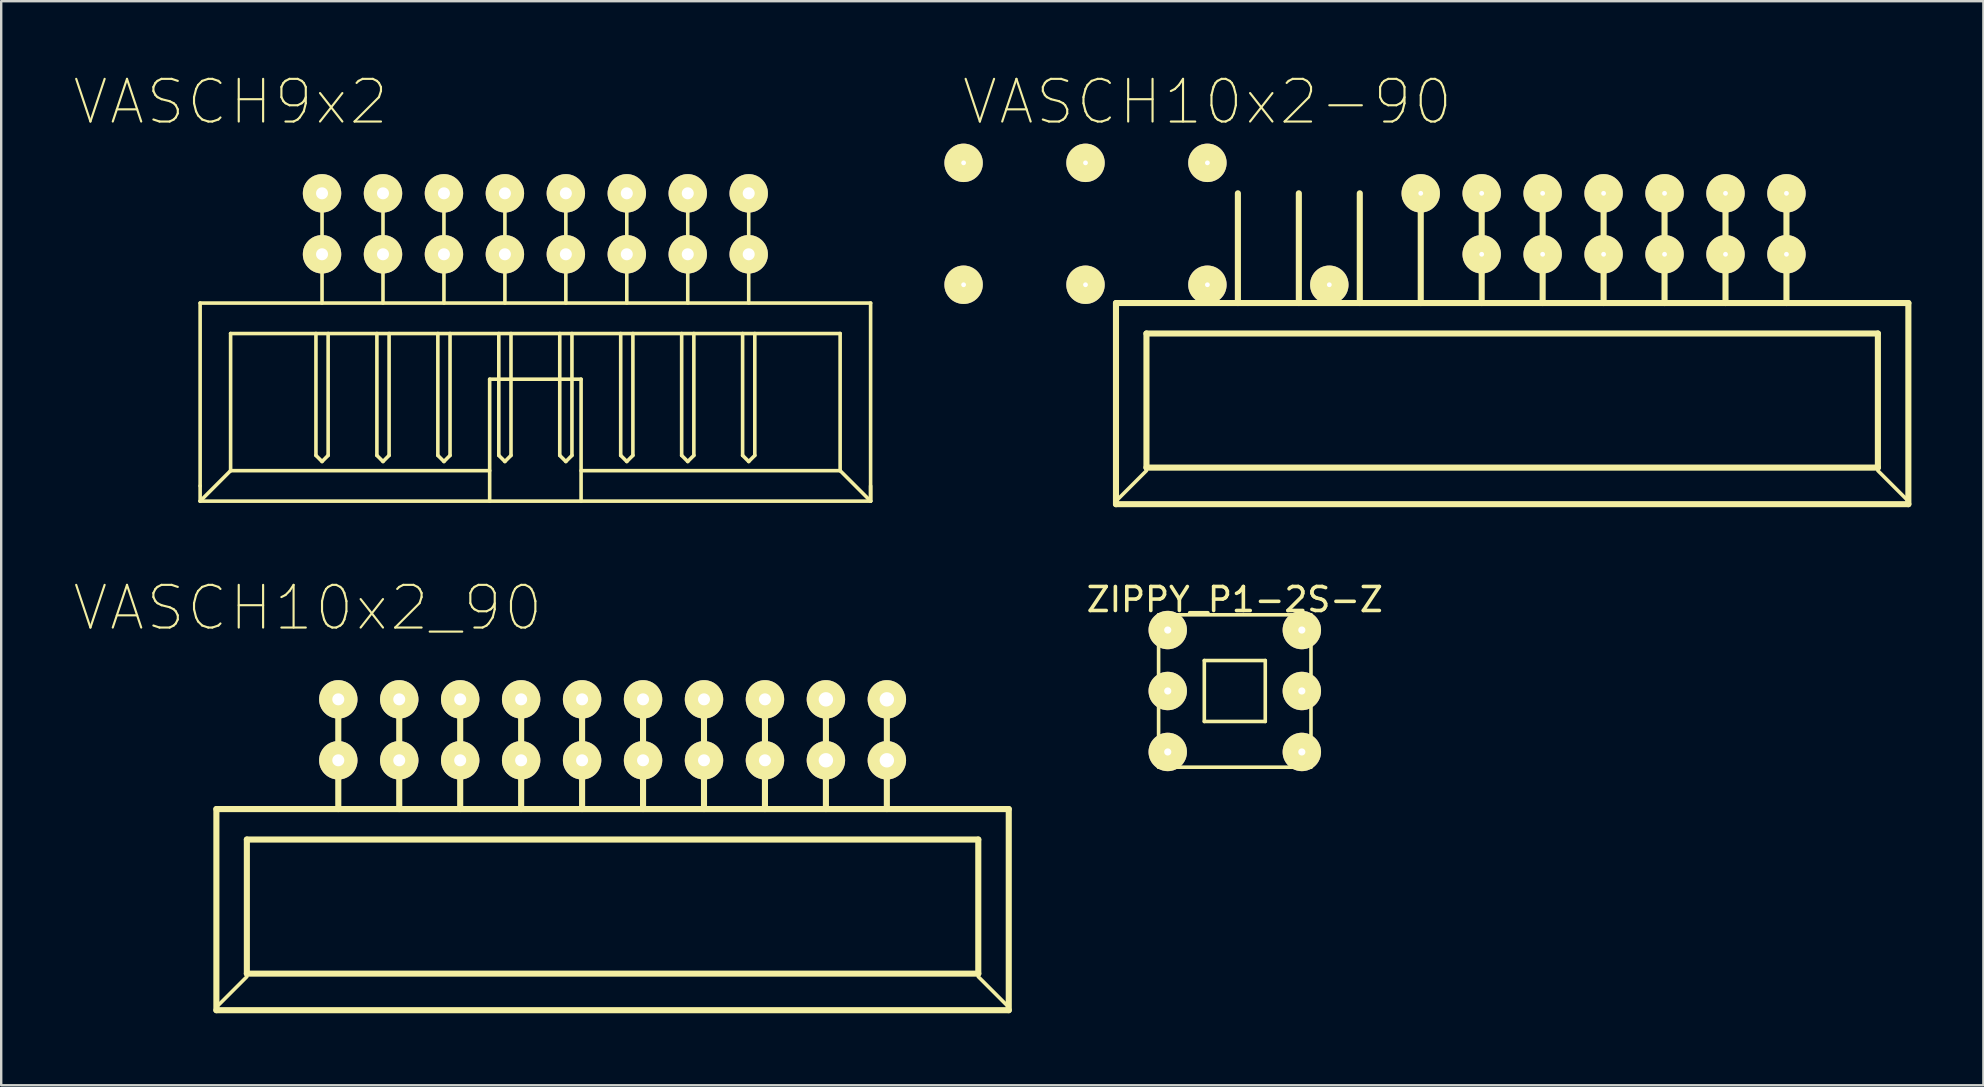
<source format=kicad_pcb>
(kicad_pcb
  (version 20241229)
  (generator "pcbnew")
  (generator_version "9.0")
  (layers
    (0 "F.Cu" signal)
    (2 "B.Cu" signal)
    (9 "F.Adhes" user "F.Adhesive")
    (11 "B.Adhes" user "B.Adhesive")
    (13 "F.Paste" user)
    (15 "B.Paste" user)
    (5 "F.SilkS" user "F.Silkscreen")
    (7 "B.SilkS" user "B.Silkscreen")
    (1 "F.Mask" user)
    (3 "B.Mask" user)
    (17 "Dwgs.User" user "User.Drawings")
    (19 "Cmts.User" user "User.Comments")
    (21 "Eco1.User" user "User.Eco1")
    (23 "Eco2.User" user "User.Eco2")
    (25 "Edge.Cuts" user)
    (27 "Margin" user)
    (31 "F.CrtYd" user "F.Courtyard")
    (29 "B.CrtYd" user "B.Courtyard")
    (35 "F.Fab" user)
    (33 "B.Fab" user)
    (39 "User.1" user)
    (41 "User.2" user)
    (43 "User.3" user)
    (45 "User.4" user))
  (footprint "VASCH10x2_90"
    (layer "F.Cu")
    (at 22.477 27.363)
    (property "Reference" "VASCH10x2_90" (at -12.7 -5.08 0) (layer "F.SilkS") (effects (font (size 1.778 1.778) (thickness 0.089))))
    (attr exclude_from_pos_files exclude_from_bom)
    (fp_line (start -16.51 3.302) (end 16.51 3.302) (stroke (width 0.254) (type solid)) (layer "F.SilkS"))
    (fp_line (start -16.51 11.684) (end -16.51 3.302) (stroke (width 0.254) (type solid)) (layer "F.SilkS"))
    (fp_line (start -15.24 4.572) (end -15.24 10.16) (stroke (width 0.254) (type solid)) (layer "F.SilkS"))
    (fp_line (start -15.24 4.572) (end 15.24 4.572) (stroke (width 0.254) (type solid)) (layer "F.SilkS"))
    (fp_line (start -15.24 10.16) (end 15.24 10.16) (stroke (width 0.254) (type solid)) (layer "F.SilkS"))
    (fp_line (start -15.24 10.287) (end -16.51 11.557) (stroke (width 0.15) (type solid)) (layer "F.SilkS"))
    (fp_line (start -11.43 -1.27) (end -11.43 3.302) (stroke (width 0.254) (type solid)) (layer "F.SilkS"))
    (fp_line (start -8.89 -1.27) (end -8.89 3.302) (stroke (width 0.254) (type solid)) (layer "F.SilkS"))
    (fp_line (start -6.35 -1.27) (end -6.35 3.302) (stroke (width 0.254) (type solid)) (layer "F.SilkS"))
    (fp_line (start -3.81 -1.27) (end -3.81 3.302) (stroke (width 0.254) (type solid)) (layer "F.SilkS"))
    (fp_line (start -1.27 -1.27) (end -1.27 3.302) (stroke (width 0.254) (type solid)) (layer "F.SilkS"))
    (fp_line (start 1.27 -1.27) (end 1.27 3.302) (stroke (width 0.254) (type solid)) (layer "F.SilkS"))
    (fp_line (start 3.81 -1.27) (end 3.81 3.302) (stroke (width 0.254) (type solid)) (layer "F.SilkS"))
    (fp_line (start 6.35 -1.27) (end 6.35 3.302) (stroke (width 0.254) (type solid)) (layer "F.SilkS"))
    (fp_line (start 8.89 -1.27) (end 8.89 3.302) (stroke (width 0.254) (type solid)) (layer "F.SilkS"))
    (fp_line (start 11.43 -1.27) (end 11.43 3.302) (stroke (width 0.254) (type solid)) (layer "F.SilkS"))
    (fp_line (start 15.24 10.16) (end 15.24 4.572) (stroke (width 0.254) (type solid)) (layer "F.SilkS"))
    (fp_line (start 15.24 10.287) (end 16.51 11.557) (stroke (width 0.15) (type solid)) (layer "F.SilkS"))
    (fp_line (start 16.51 3.302) (end 16.51 11.684) (stroke (width 0.254) (type solid)) (layer "F.SilkS"))
    (fp_line (start 16.51 11.684) (end -16.51 11.684) (stroke (width 0.254) (type solid)) (layer "F.SilkS"))
    (pad "1" thru_hole circle (at -11.43 1.27) (size 1.6 1.6) (drill 0.5) (layers "*.Cu" "F.Mask" "F.SilkS" "F.Paste"))
    (pad "2" thru_hole circle (at -11.43 -1.27) (size 1.6 1.6) (drill 0.5) (layers "*.Cu" "F.Mask" "F.SilkS" "F.Paste"))
    (pad "3" thru_hole circle (at -8.89 1.27) (size 1.6 1.6) (drill 0.5) (layers "*.Cu" "F.Mask" "F.SilkS" "F.Paste"))
    (pad "4" thru_hole circle (at -8.89 -1.27) (size 1.6 1.6) (drill 0.5) (layers "*.Cu" "F.Mask" "F.SilkS" "F.Paste"))
    (pad "5" thru_hole circle (at -6.35 1.27) (size 1.6 1.6) (drill 0.5) (layers "*.Cu" "F.Mask" "F.SilkS" "F.Paste"))
    (pad "6" thru_hole circle (at -6.35 -1.27) (size 1.6 1.6) (drill 0.5) (layers "*.Cu" "F.Mask" "F.SilkS" "F.Paste"))
    (pad "7" thru_hole circle (at -3.81 1.27) (size 1.6 1.6) (drill 0.5) (layers "*.Cu" "F.Mask" "F.SilkS" "F.Paste"))
    (pad "8" thru_hole circle (at -3.81 -1.27) (size 1.6 1.6) (drill 0.5) (layers "*.Cu" "F.Mask" "F.SilkS" "F.Paste"))
    (pad "9" thru_hole circle (at -1.27 1.27) (size 1.6 1.6) (drill 0.5) (layers "*.Cu" "F.Mask" "F.SilkS" "F.Paste"))
    (pad "10" thru_hole circle (at -1.27 -1.27) (size 1.6 1.6) (drill 0.5) (layers "*.Cu" "F.Mask" "F.SilkS" "F.Paste"))
    (pad "11" thru_hole circle (at 1.27 1.27) (size 1.6 1.6) (drill 0.5) (layers "*.Cu" "F.Mask" "F.SilkS" "F.Paste"))
    (pad "12" thru_hole circle (at 1.27 -1.27) (size 1.6 1.6) (drill 0.5) (layers "*.Cu" "F.Mask" "F.SilkS" "F.Paste"))
    (pad "13" thru_hole circle (at 3.81 1.27) (size 1.6 1.6) (drill 0.5) (layers "*.Cu" "F.Mask" "F.SilkS" "F.Paste"))
    (pad "14" thru_hole circle (at 3.81 -1.27) (size 1.6 1.6) (drill 0.5) (layers "*.Cu" "F.Mask" "F.SilkS" "F.Paste"))
    (pad "15" thru_hole circle (at 6.35 1.27) (size 1.6 1.6) (drill 0.5) (layers "*.Cu" "F.Mask" "F.SilkS" "F.Paste"))
    (pad "16" thru_hole circle (at 6.35 -1.27) (size 1.6 1.6) (drill 0.5) (layers "*.Cu" "F.Mask" "F.SilkS" "F.Paste"))
    (pad "17" thru_hole circle (at 8.89 1.27) (size 1.6 1.6) (drill 0.6) (layers "*.Cu" "*.Mask" "F.SilkS"))
    (pad "18" thru_hole circle (at 8.89 -1.27) (size 1.6 1.6) (drill 0.6) (layers "*.Cu" "*.Mask" "F.SilkS"))
    (pad "19" thru_hole circle (at 11.43 1.27) (size 1.6 1.6) (drill 0.6) (layers "*.Cu" "*.Mask" "F.SilkS"))
    (pad "20" thru_hole circle (at 11.43 -1.27) (size 1.6 1.6) (drill 0.6) (layers "*.Cu" "*.Mask" "F.SilkS")))
  (footprint "VASCH10x2-90"
    (layer "F.Cu")
    (at 59.965 6.276)
    (property "Reference" "VASCH10x2-90" (at -12.7 -5.08 0) (layer "F.SilkS") (effects (font (size 1.778 1.778) (thickness 0.089))))
    (attr exclude_from_pos_files exclude_from_bom)
    (fp_line (start -16.51 3.302) (end 16.51 3.302) (stroke (width 0.254) (type solid)) (layer "F.SilkS"))
    (fp_line (start -16.51 11.684) (end -16.51 3.302) (stroke (width 0.254) (type solid)) (layer "F.SilkS"))
    (fp_line (start -15.24 4.572) (end -15.24 10.16) (stroke (width 0.254) (type solid)) (layer "F.SilkS"))
    (fp_line (start -15.24 4.572) (end 15.24 4.572) (stroke (width 0.254) (type solid)) (layer "F.SilkS"))
    (fp_line (start -15.24 10.16) (end 15.24 10.16) (stroke (width 0.254) (type solid)) (layer "F.SilkS"))
    (fp_line (start -15.24 10.287) (end -16.51 11.557) (stroke (width 0.15) (type solid)) (layer "F.SilkS"))
    (fp_line (start -11.43 -1.27) (end -11.43 3.302) (stroke (width 0.254) (type solid)) (layer "F.SilkS"))
    (fp_line (start -8.89 -1.27) (end -8.89 3.302) (stroke (width 0.254) (type solid)) (layer "F.SilkS"))
    (fp_line (start -6.35 -1.27) (end -6.35 3.302) (stroke (width 0.254) (type solid)) (layer "F.SilkS"))
    (fp_line (start -3.81 -1.27) (end -3.81 3.302) (stroke (width 0.254) (type solid)) (layer "F.SilkS"))
    (fp_line (start -1.27 -1.27) (end -1.27 3.302) (stroke (width 0.254) (type solid)) (layer "F.SilkS"))
    (fp_line (start 1.27 -1.27) (end 1.27 3.302) (stroke (width 0.254) (type solid)) (layer "F.SilkS"))
    (fp_line (start 3.81 -1.27) (end 3.81 3.302) (stroke (width 0.254) (type solid)) (layer "F.SilkS"))
    (fp_line (start 6.35 -1.27) (end 6.35 3.302) (stroke (width 0.254) (type solid)) (layer "F.SilkS"))
    (fp_line (start 8.89 -1.27) (end 8.89 3.302) (stroke (width 0.254) (type solid)) (layer "F.SilkS"))
    (fp_line (start 11.43 -1.27) (end 11.43 3.302) (stroke (width 0.254) (type solid)) (layer "F.SilkS"))
    (fp_line (start 15.24 10.16) (end 15.24 4.572) (stroke (width 0.254) (type solid)) (layer "F.SilkS"))
    (fp_line (start 15.24 10.287) (end 16.51 11.557) (stroke (width 0.15) (type solid)) (layer "F.SilkS"))
    (fp_line (start 16.51 3.302) (end 16.51 11.684) (stroke (width 0.254) (type solid)) (layer "F.SilkS"))
    (fp_line (start 16.51 11.684) (end -16.51 11.684) (stroke (width 0.254) (type solid)) (layer "F.SilkS"))
    (pad "1" thru_hole circle (at -22.86 2.54) (size 1.6 1.6) (drill 0.2) (layers "*.Cu" "F.Mask" "F.SilkS" "F.Paste"))
    (pad "2" thru_hole circle (at -22.86 -2.54) (size 1.6 1.6) (drill 0.2) (layers "*.Cu" "F.Mask" "F.SilkS" "F.Paste"))
    (pad "3" thru_hole circle (at -17.78 2.54) (size 1.6 1.6) (drill 0.2) (layers "*.Cu" "F.Mask" "F.SilkS" "F.Paste"))
    (pad "4" thru_hole circle (at -17.78 -2.54) (size 1.6 1.6) (drill 0.2) (layers "*.Cu" "F.Mask" "F.SilkS" "F.Paste"))
    (pad "5" thru_hole circle (at -12.7 2.54) (size 1.6 1.6) (drill 0.2) (layers "*.Cu" "F.Mask" "F.SilkS" "F.Paste"))
    (pad "6" thru_hole circle (at -12.7 -2.54) (size 1.6 1.6) (drill 0.2) (layers "*.Cu" "F.Mask" "F.SilkS" "F.Paste"))
    (pad "7" thru_hole circle (at -7.62 2.54) (size 1.6 1.6) (drill 0.2) (layers "*.Cu" "F.Mask" "F.SilkS" "F.Paste"))
    (pad "8" thru_hole circle (at -3.81 -1.27) (size 1.6 1.6) (drill 0.2) (layers "*.Cu" "F.Mask" "F.SilkS" "F.Paste"))
    (pad "9" thru_hole circle (at -1.27 1.27) (size 1.6 1.6) (drill 0.2) (layers "*.Cu" "F.Mask" "F.SilkS" "F.Paste"))
    (pad "10" thru_hole circle (at -1.27 -1.27) (size 1.6 1.6) (drill 0.2) (layers "*.Cu" "F.Mask" "F.SilkS" "F.Paste"))
    (pad "11" thru_hole circle (at 1.27 1.27) (size 1.6 1.6) (drill 0.2) (layers "*.Cu" "F.Mask" "F.SilkS" "F.Paste"))
    (pad "12" thru_hole circle (at 1.27 -1.27) (size 1.6 1.6) (drill 0.2) (layers "*.Cu" "F.Mask" "F.SilkS" "F.Paste"))
    (pad "13" thru_hole circle (at 3.81 1.27) (size 1.6 1.6) (drill 0.2) (layers "*.Cu" "F.Mask" "F.SilkS" "F.Paste"))
    (pad "14" thru_hole circle (at 3.81 -1.27) (size 1.6 1.6) (drill 0.2) (layers "*.Cu" "F.Mask" "F.SilkS" "F.Paste"))
    (pad "15" thru_hole circle (at 6.35 1.27) (size 1.6 1.6) (drill 0.2) (layers "*.Cu" "F.Mask" "F.SilkS" "F.Paste"))
    (pad "16" thru_hole circle (at 6.35 -1.27) (size 1.6 1.6) (drill 0.2) (layers "*.Cu" "F.Mask" "F.SilkS" "F.Paste"))
    (pad "17" thru_hole circle (at 8.89 1.27) (size 1.6 1.6) (drill 0.2) (layers "*.Cu" "*.Mask" "F.SilkS"))
    (pad "18" thru_hole circle (at 8.89 -1.27) (size 1.6 1.6) (drill 0.2) (layers "*.Cu" "*.Mask" "F.SilkS"))
    (pad "19" thru_hole circle (at 11.43 1.27) (size 1.6 1.6) (drill 0.2) (layers "*.Cu" "*.Mask" "F.SilkS"))
    (pad "20" thru_hole circle (at 11.43 -1.27) (size 1.6 1.6) (drill 0.2) (layers "*.Cu" "*.Mask" "F.SilkS")))
  (footprint "ZIPPY_P1-2S-Z"
    (layer "F.Cu")
    (at 48.406 25.745)
    (property "Reference" "ZIPPY_P1-2S-Z" (at 0 -3.81 0) (layer "F.SilkS") (effects (font (size 1 1) (thickness 0.15))))
    (attr through_hole)
    (fp_line (start -3.175 -3.175) (end 3.175 -3.175) (stroke (width 0.15) (type solid)) (layer "F.SilkS"))
    (fp_line (start -3.175 3.175) (end -3.175 -3.175) (stroke (width 0.15) (type solid)) (layer "F.SilkS"))
    (fp_line (start -1.27 -1.27) (end -1.27 1.27) (stroke (width 0.15) (type solid)) (layer "F.SilkS"))
    (fp_line (start -1.27 1.27) (end 1.27 1.27) (stroke (width 0.15) (type solid)) (layer "F.SilkS"))
    (fp_line (start 1.27 -1.27) (end -1.27 -1.27) (stroke (width 0.15) (type solid)) (layer "F.SilkS"))
    (fp_line (start 1.27 1.27) (end 1.27 -1.27) (stroke (width 0.15) (type solid)) (layer "F.SilkS"))
    (fp_line (start 3.175 -3.175) (end 3.175 3.175) (stroke (width 0.15) (type solid)) (layer "F.SilkS"))
    (fp_line (start 3.175 3.175) (end -3.175 3.175) (stroke (width 0.15) (type solid)) (layer "F.SilkS"))
    (pad "1" thru_hole circle (at -2.794 -2.54) (size 1.6 1.6) (drill 0.3) (layers "*.Cu" "*.Mask" "F.SilkS"))
    (pad "2" thru_hole circle (at -2.794 0) (size 1.6 1.6) (drill 0.3) (layers "*.Cu" "*.Mask" "F.SilkS"))
    (pad "3" thru_hole circle (at -2.794 2.54) (size 1.6 1.6) (drill 0.3) (layers "*.Cu" "*.Mask" "F.SilkS"))
    (pad "4" thru_hole circle (at 2.794 2.54) (size 1.6 1.6) (drill 0.3) (layers "*.Cu" "*.Mask" "F.SilkS"))
    (pad "5" thru_hole circle (at 2.794 0) (size 1.6 1.6) (drill 0.3) (layers "*.Cu" "*.Mask" "F.SilkS"))
    (pad "6" thru_hole circle (at 2.794 -2.54) (size 1.6 1.6) (drill 0.3) (layers "*.Cu" "*.Mask" "F.SilkS")))
  (footprint "VASCH9x2"
    (layer "F.Cu")
    (at 19.26 6.276)
    (property "Reference" "VASCH9x2" (at -12.7 -5.08 0) (layer "F.SilkS") (effects (font (size 1.778 1.778) (thickness 0.089))))
    (attr exclude_from_pos_files exclude_from_bom)
    (fp_line (start -13.97 3.302) (end -13.97 10.922) (stroke (width 0.15) (type solid)) (layer "F.SilkS"))
    (fp_line (start -13.97 3.302) (end 13.97 3.302) (stroke (width 0.15) (type solid)) (layer "F.SilkS"))
    (fp_line (start -13.97 10.922) (end -13.97 11.557) (stroke (width 0.15) (type solid)) (layer "F.SilkS"))
    (fp_line (start -12.7 4.572) (end 12.7 4.572) (stroke (width 0.15) (type solid)) (layer "F.SilkS"))
    (fp_line (start -12.7 10.287) (end -13.97 11.557) (stroke (width 0.15) (type solid)) (layer "F.SilkS"))
    (fp_line (start -12.7 10.287) (end -12.7 4.572) (stroke (width 0.15) (type solid)) (layer "F.SilkS"))
    (fp_line (start -12.7 10.287) (end -1.905 10.287) (stroke (width 0.15) (type solid)) (layer "F.SilkS"))
    (fp_line (start -9.144 4.572) (end -9.144 9.652) (stroke (width 0.15) (type solid)) (layer "F.SilkS"))
    (fp_line (start -9.144 9.652) (end -8.89 9.906) (stroke (width 0.15) (type solid)) (layer "F.SilkS"))
    (fp_line (start -8.89 -1.778) (end -8.89 3.302) (stroke (width 0.15) (type solid)) (layer "F.SilkS"))
    (fp_line (start -8.89 9.906) (end -8.636 9.652) (stroke (width 0.15) (type solid)) (layer "F.SilkS"))
    (fp_line (start -8.636 9.652) (end -8.636 4.572) (stroke (width 0.15) (type solid)) (layer "F.SilkS"))
    (fp_line (start -6.604 4.572) (end -6.604 9.652) (stroke (width 0.15) (type solid)) (layer "F.SilkS"))
    (fp_line (start -6.604 9.652) (end -6.35 9.906) (stroke (width 0.15) (type solid)) (layer "F.SilkS"))
    (fp_line (start -6.35 -1.778) (end -6.35 3.302) (stroke (width 0.15) (type solid)) (layer "F.SilkS"))
    (fp_line (start -6.35 9.906) (end -6.096 9.652) (stroke (width 0.15) (type solid)) (layer "F.SilkS"))
    (fp_line (start -6.096 9.652) (end -6.096 4.572) (stroke (width 0.15) (type solid)) (layer "F.SilkS"))
    (fp_line (start -4.064 4.572) (end -4.064 9.652) (stroke (width 0.15) (type solid)) (layer "F.SilkS"))
    (fp_line (start -4.064 9.652) (end -3.81 9.906) (stroke (width 0.15) (type solid)) (layer "F.SilkS"))
    (fp_line (start -3.81 -1.778) (end -3.81 3.302) (stroke (width 0.15) (type solid)) (layer "F.SilkS"))
    (fp_line (start -3.81 9.906) (end -3.556 9.652) (stroke (width 0.15) (type solid)) (layer "F.SilkS"))
    (fp_line (start -3.556 9.652) (end -3.556 4.572) (stroke (width 0.15) (type solid)) (layer "F.SilkS"))
    (fp_line (start -1.905 6.477) (end -1.905 11.557) (stroke (width 0.15) (type solid)) (layer "F.SilkS"))
    (fp_line (start -1.905 6.477) (end 1.905 6.477) (stroke (width 0.15) (type solid)) (layer "F.SilkS"))
    (fp_line (start -1.524 4.572) (end -1.524 9.652) (stroke (width 0.15) (type solid)) (layer "F.SilkS"))
    (fp_line (start -1.524 9.652) (end -1.27 9.906) (stroke (width 0.15) (type solid)) (layer "F.SilkS"))
    (fp_line (start -1.27 -1.778) (end -1.27 3.302) (stroke (width 0.15) (type solid)) (layer "F.SilkS"))
    (fp_line (start -1.27 9.906) (end -1.016 9.652) (stroke (width 0.15) (type solid)) (layer "F.SilkS"))
    (fp_line (start -1.016 9.652) (end -1.016 4.572) (stroke (width 0.15) (type solid)) (layer "F.SilkS"))
    (fp_line (start 1.016 4.572) (end 1.016 9.652) (stroke (width 0.15) (type solid)) (layer "F.SilkS"))
    (fp_line (start 1.016 9.652) (end 1.27 9.906) (stroke (width 0.15) (type solid)) (layer "F.SilkS"))
    (fp_line (start 1.27 -1.778) (end 1.27 3.302) (stroke (width 0.15) (type solid)) (layer "F.SilkS"))
    (fp_line (start 1.27 9.906) (end 1.524 9.652) (stroke (width 0.15) (type solid)) (layer "F.SilkS"))
    (fp_line (start 1.524 9.652) (end 1.524 4.572) (stroke (width 0.15) (type solid)) (layer "F.SilkS"))
    (fp_line (start 1.905 6.477) (end 1.905 11.557) (stroke (width 0.15) (type solid)) (layer "F.SilkS"))
    (fp_line (start 1.905 10.287) (end 12.7 10.287) (stroke (width 0.15) (type solid)) (layer "F.SilkS"))
    (fp_line (start 3.556 4.572) (end 3.556 9.652) (stroke (width 0.15) (type solid)) (layer "F.SilkS"))
    (fp_line (start 3.556 9.652) (end 3.81 9.906) (stroke (width 0.15) (type solid)) (layer "F.SilkS"))
    (fp_line (start 3.81 -1.778) (end 3.81 3.302) (stroke (width 0.15) (type solid)) (layer "F.SilkS"))
    (fp_line (start 3.81 9.906) (end 4.064 9.652) (stroke (width 0.15) (type solid)) (layer "F.SilkS"))
    (fp_line (start 4.064 9.652) (end 4.064 4.572) (stroke (width 0.15) (type solid)) (layer "F.SilkS"))
    (fp_line (start 6.096 4.572) (end 6.096 9.652) (stroke (width 0.15) (type solid)) (layer "F.SilkS"))
    (fp_line (start 6.096 9.652) (end 6.35 9.906) (stroke (width 0.15) (type solid)) (layer "F.SilkS"))
    (fp_line (start 6.35 -1.778) (end 6.35 3.302) (stroke (width 0.15) (type solid)) (layer "F.SilkS"))
    (fp_line (start 6.35 9.906) (end 6.604 9.652) (stroke (width 0.15) (type solid)) (layer "F.SilkS"))
    (fp_line (start 6.604 9.652) (end 6.604 4.572) (stroke (width 0.15) (type solid)) (layer "F.SilkS"))
    (fp_line (start 8.636 4.572) (end 8.636 9.652) (stroke (width 0.15) (type solid)) (layer "F.SilkS"))
    (fp_line (start 8.636 9.652) (end 8.89 9.906) (stroke (width 0.15) (type solid)) (layer "F.SilkS"))
    (fp_line (start 8.89 -1.778) (end 8.89 3.302) (stroke (width 0.15) (type solid)) (layer "F.SilkS"))
    (fp_line (start 8.89 9.906) (end 9.144 9.652) (stroke (width 0.15) (type solid)) (layer "F.SilkS"))
    (fp_line (start 9.144 9.652) (end 9.144 4.572) (stroke (width 0.15) (type solid)) (layer "F.SilkS"))
    (fp_line (start 12.7 4.572) (end 12.7 10.287) (stroke (width 0.15) (type solid)) (layer "F.SilkS"))
    (fp_line (start 12.7 10.287) (end 13.97 11.557) (stroke (width 0.15) (type solid)) (layer "F.SilkS"))
    (fp_line (start 13.97 3.302) (end 13.97 11.557) (stroke (width 0.15) (type solid)) (layer "F.SilkS"))
    (fp_line (start 13.97 11.557) (end -13.97 11.557) (stroke (width 0.15) (type solid)) (layer "F.SilkS"))
    (fp_line (start 13.97 11.557) (end 13.97 10.922) (stroke (width 0.15) (type solid)) (layer "F.SilkS"))
    (pad "1" thru_hole circle (at -8.89 1.27) (size 1.6 1.6) (drill 0.5) (layers "*.Cu" "F.Mask" "F.SilkS" "F.Paste"))
    (pad "2" thru_hole circle (at -8.89 -1.27) (size 1.6 1.6) (drill 0.5) (layers "*.Cu" "F.Mask" "F.SilkS" "F.Paste"))
    (pad "3" thru_hole circle (at -6.35 1.27) (size 1.6 1.6) (drill 0.5) (layers "*.Cu" "F.Mask" "F.SilkS" "F.Paste"))
    (pad "4" thru_hole circle (at -6.35 -1.27) (size 1.6 1.6) (drill 0.5) (layers "*.Cu" "F.Mask" "F.SilkS" "F.Paste"))
    (pad "5" thru_hole circle (at -3.81 1.27) (size 1.6 1.6) (drill 0.5) (layers "*.Cu" "F.Mask" "F.SilkS" "F.Paste"))
    (pad "6" thru_hole circle (at -3.81 -1.27) (size 1.6 1.6) (drill 0.5) (layers "*.Cu" "F.Mask" "F.SilkS" "F.Paste"))
    (pad "7" thru_hole circle (at -1.27 1.27) (size 1.6 1.6) (drill 0.5) (layers "*.Cu" "F.Mask" "F.SilkS" "F.Paste"))
    (pad "8" thru_hole circle (at -1.27 -1.27) (size 1.6 1.6) (drill 0.5) (layers "*.Cu" "F.Mask" "F.SilkS" "F.Paste"))
    (pad "9" thru_hole circle (at 1.27 1.27) (size 1.6 1.6) (drill 0.5) (layers "*.Cu" "F.Mask" "F.SilkS" "F.Paste"))
    (pad "10" thru_hole circle (at 1.27 -1.27) (size 1.6 1.6) (drill 0.5) (layers "*.Cu" "F.Mask" "F.SilkS" "F.Paste"))
    (pad "11" thru_hole circle (at 3.81 1.27) (size 1.6 1.6) (drill 0.5) (layers "*.Cu" "F.Mask" "F.SilkS" "F.Paste"))
    (pad "12" thru_hole circle (at 3.81 -1.27) (size 1.6 1.6) (drill 0.5) (layers "*.Cu" "F.Mask" "F.SilkS" "F.Paste"))
    (pad "13" thru_hole circle (at 6.35 1.27) (size 1.6 1.6) (drill 0.5) (layers "*.Cu" "F.Mask" "F.SilkS" "F.Paste"))
    (pad "14" thru_hole circle (at 6.35 -1.27) (size 1.6 1.6) (drill 0.5) (layers "*.Cu" "F.Mask" "F.SilkS" "F.Paste"))
    (pad "15" thru_hole circle (at 8.89 1.27) (size 1.6 1.6) (drill 0.5) (layers "*.Cu" "F.Mask" "F.SilkS" "F.Paste"))
    (pad "16" thru_hole circle (at 8.89 -1.27) (size 1.6 1.6) (drill 0.5) (layers "*.Cu" "F.Mask" "F.SilkS" "F.Paste")))
  (gr_rect
    (start -3 -3)
    (end 79.602 42.174)
    (stroke (width 0.1) (type default))
    (fill no)
    (layer "Edge.Cuts")))
</source>
